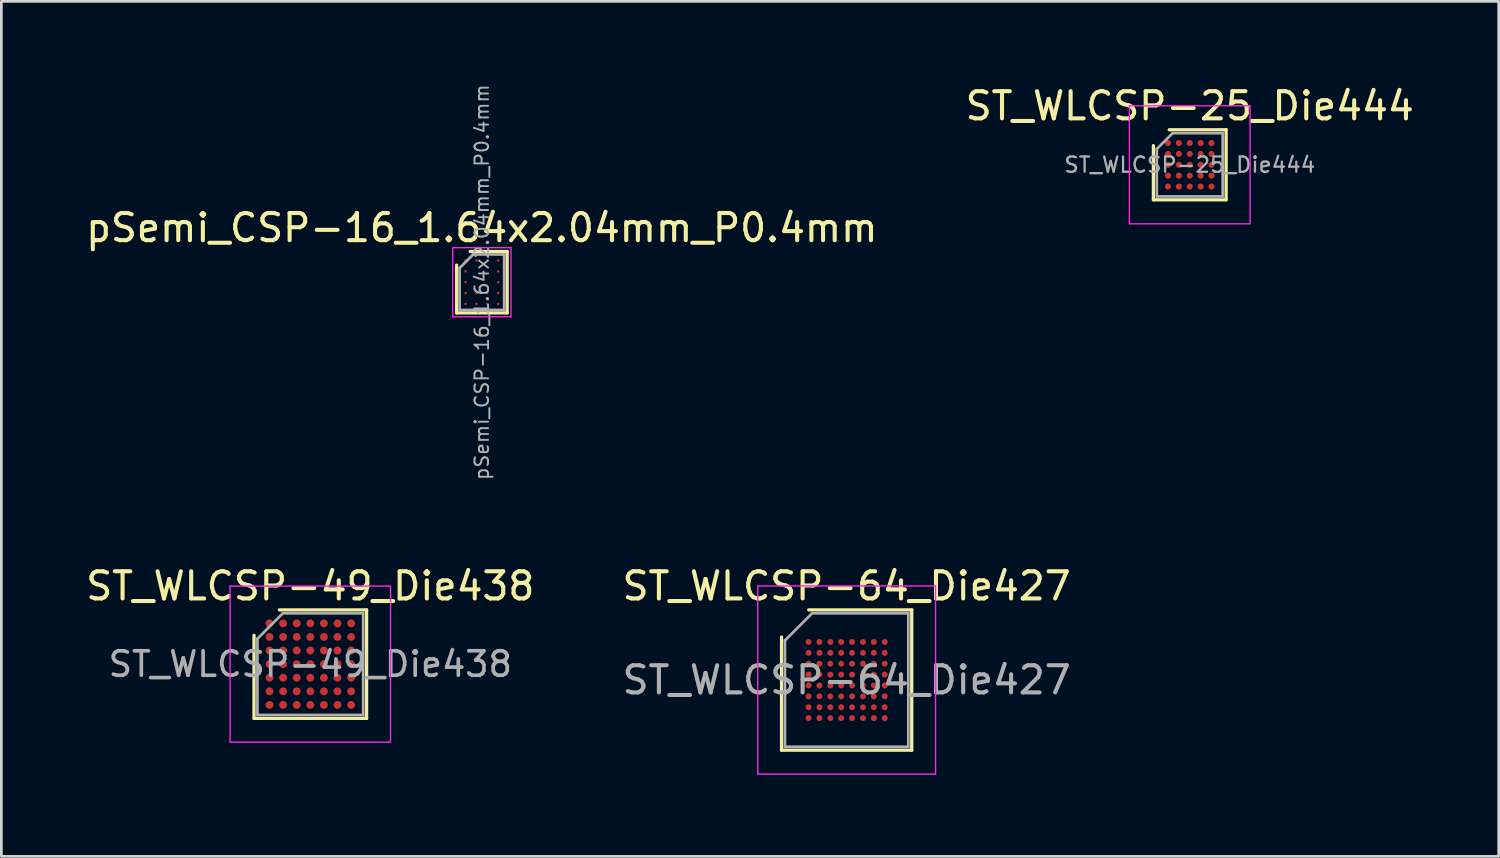
<source format=kicad_pcb>
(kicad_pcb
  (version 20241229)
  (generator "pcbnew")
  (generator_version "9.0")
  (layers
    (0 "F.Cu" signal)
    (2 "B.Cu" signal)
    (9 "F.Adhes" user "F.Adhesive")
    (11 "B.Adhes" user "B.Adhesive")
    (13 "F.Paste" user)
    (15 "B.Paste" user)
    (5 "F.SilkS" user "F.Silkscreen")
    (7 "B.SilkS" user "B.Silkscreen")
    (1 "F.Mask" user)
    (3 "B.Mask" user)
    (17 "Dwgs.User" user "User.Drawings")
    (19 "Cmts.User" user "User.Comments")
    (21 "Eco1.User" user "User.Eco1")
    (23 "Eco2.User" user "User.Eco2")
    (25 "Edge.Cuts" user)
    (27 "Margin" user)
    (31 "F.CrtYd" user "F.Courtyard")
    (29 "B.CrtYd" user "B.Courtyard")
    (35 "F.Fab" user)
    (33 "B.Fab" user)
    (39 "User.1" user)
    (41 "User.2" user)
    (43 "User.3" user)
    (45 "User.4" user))
  (footprint "pSemi_CSP-16_1.64x2.04mm_P0.4mm"
    (layer "F.Cu")
    (at 14.673 7.329)
    (property "Reference" "pSemi_CSP-16_1.64x2.04mm_P0.4mm" (at 0 -2 0) (layer "F.SilkS") (effects (font (size 1 1) (thickness 0.15))))
    (attr smd)
    (fp_line (start -0.93 -0.63) (end -0.93 1.13) (stroke (width 0.12) (type solid)) (layer "F.SilkS"))
    (fp_line (start 0.93 -1.13) (end -0.43 -1.13) (stroke (width 0.12) (type solid)) (layer "F.SilkS"))
    (fp_line (start 0.93 -1.13) (end 0.93 1.13) (stroke (width 0.12) (type solid)) (layer "F.SilkS"))
    (fp_line (start 0.93 1.13) (end -0.93 1.13) (stroke (width 0.12) (type solid)) (layer "F.SilkS"))
    (fp_line (start -1.07 -1.27) (end -1.07 1.27) (stroke (width 0.05) (type solid)) (layer "F.CrtYd"))
    (fp_line (start 1.07 -1.27) (end -1.07 -1.27) (stroke (width 0.05) (type solid)) (layer "F.CrtYd"))
    (fp_line (start 1.07 -1.27) (end 1.07 1.27) (stroke (width 0.05) (type solid)) (layer "F.CrtYd"))
    (fp_line (start 1.07 1.27) (end -1.07 1.27) (stroke (width 0.05) (type solid)) (layer "F.CrtYd"))
    (fp_line (start -0.82 1.02) (end -0.82 -0.52) (stroke (width 0.1) (type solid)) (layer "F.Fab"))
    (fp_line (start -0.32 -1.02) (end -0.82 -0.52) (stroke (width 0.1) (type solid)) (layer "F.Fab"))
    (fp_line (start -0.32 -1.02) (end 0.82 -1.02) (stroke (width 0.1) (type solid)) (layer "F.Fab"))
    (fp_line (start 0.82 -1.02) (end 0.82 1.02) (stroke (width 0.1) (type solid)) (layer "F.Fab"))
    (fp_line (start 0.82 1.02) (end -0.82 1.02) (stroke (width 0.1) (type solid)) (layer "F.Fab"))
    (fp_text user "${REFERENCE}" (at 0 0 90) (layer "F.Fab") (effects (font (size 0.5 0.5) (thickness 0.07))))
    (pad "1" smd circle (at -0.6 -0.8) (size 0.09 0.09) (layers "F.Cu" "F.Mask" "F.Paste"))
    (pad "2" smd circle (at -0.6 -0.4) (size 0.09 0.09) (layers "F.Cu" "F.Mask" "F.Paste"))
    (pad "3" smd circle (at -0.6 0) (size 0.09 0.09) (layers "F.Cu" "F.Mask" "F.Paste"))
    (pad "4" smd circle (at -0.6 0.4) (size 0.09 0.09) (layers "F.Cu" "F.Mask" "F.Paste"))
    (pad "5" smd circle (at -0.6 0.8) (size 0.09 0.09) (layers "F.Cu" "F.Mask" "F.Paste"))
    (pad "6" smd circle (at -0.2 -0.8) (size 0.09 0.09) (layers "F.Cu" "F.Mask" "F.Paste"))
    (pad "7" smd circle (at -0.2 0.4) (size 0.09 0.09) (layers "F.Cu" "F.Mask" "F.Paste"))
    (pad "8" smd circle (at -0.2 0.8) (size 0.09 0.09) (layers "F.Cu" "F.Mask" "F.Paste"))
    (pad "9" smd circle (at 0.2 -0.8) (size 0.09 0.09) (layers "F.Cu" "F.Mask" "F.Paste"))
    (pad "10" smd circle (at 0.2 0.4) (size 0.09 0.09) (layers "F.Cu" "F.Mask" "F.Paste"))
    (pad "11" smd circle (at 0.2 0.8) (size 0.09 0.09) (layers "F.Cu" "F.Mask" "F.Paste"))
    (pad "12" smd circle (at 0.6 -0.8) (size 0.09 0.09) (layers "F.Cu" "F.Mask" "F.Paste"))
    (pad "13" smd circle (at 0.6 -0.4) (size 0.09 0.09) (layers "F.Cu" "F.Mask" "F.Paste"))
    (pad "14" smd circle (at 0.6 0) (size 0.09 0.09) (layers "F.Cu" "F.Mask" "F.Paste"))
    (pad "15" smd circle (at 0.6 0.4) (size 0.09 0.09) (layers "F.Cu" "F.Mask" "F.Paste"))
    (pad "16" smd circle (at 0.6 0.8) (size 0.09 0.09) (layers "F.Cu" "F.Mask" "F.Paste")))
  (footprint "ST_WLCSP-64_Die427"
    (layer "F.Cu")
    (at 28.089 21.961)
    (property "Reference" "ST_WLCSP-64_Die427" (at 0 -3.455 0) (layer "F.SilkS") (effects (font (size 1 1) (thickness 0.15))))
    (attr smd)
    (fp_line (start -2.394 2.58) (end -2.394 -1.581) (stroke (width 0.12) (type solid)) (layer "F.SilkS"))
    (fp_line (start -1.395 -2.58) (end 2.394 -2.58) (stroke (width 0.12) (type solid)) (layer "F.SilkS"))
    (fp_line (start 2.394 -2.58) (end 2.394 2.58) (stroke (width 0.12) (type solid)) (layer "F.SilkS"))
    (fp_line (start 2.394 2.58) (end -2.394 2.58) (stroke (width 0.12) (type solid)) (layer "F.SilkS"))
    (fp_line (start -3.27 -3.46) (end -3.27 3.46) (stroke (width 0.05) (type solid)) (layer "F.CrtYd"))
    (fp_line (start -3.27 3.46) (end 3.27 3.46) (stroke (width 0.05) (type solid)) (layer "F.CrtYd"))
    (fp_line (start 3.27 -3.46) (end -3.27 -3.46) (stroke (width 0.05) (type solid)) (layer "F.CrtYd"))
    (fp_line (start 3.27 3.46) (end 3.27 -3.46) (stroke (width 0.05) (type solid)) (layer "F.CrtYd"))
    (fp_line (start -2.269 -1.456) (end -1.27 -2.455) (stroke (width 0.1) (type solid)) (layer "F.Fab"))
    (fp_line (start -2.269 2.455) (end -2.269 -1.456) (stroke (width 0.1) (type solid)) (layer "F.Fab"))
    (fp_line (start -1.27 -2.455) (end 2.269 -2.455) (stroke (width 0.1) (type solid)) (layer "F.Fab"))
    (fp_line (start 2.269 -2.455) (end 2.269 2.455) (stroke (width 0.1) (type solid)) (layer "F.Fab"))
    (fp_line (start 2.269 2.455) (end -2.269 2.455) (stroke (width 0.1) (type solid)) (layer "F.Fab"))
    (fp_text user "${REFERENCE}" (at 0 0 0) (layer "F.Fab") (effects (font (size 1 1) (thickness 0.15))))
    (pad "A1" smd circle (at -1.4 -1.4) (size 0.22 0.22) (layers "F.Cu" "F.Mask" "F.Paste"))
    (pad "A2" smd circle (at -1 -1.4) (size 0.22 0.22) (layers "F.Cu" "F.Mask" "F.Paste"))
    (pad "A3" smd circle (at -0.6 -1.4) (size 0.22 0.22) (layers "F.Cu" "F.Mask" "F.Paste"))
    (pad "A4" smd circle (at -0.2 -1.4) (size 0.22 0.22) (layers "F.Cu" "F.Mask" "F.Paste"))
    (pad "A5" smd circle (at 0.2 -1.4) (size 0.22 0.22) (layers "F.Cu" "F.Mask" "F.Paste"))
    (pad "A6" smd circle (at 0.6 -1.4) (size 0.22 0.22) (layers "F.Cu" "F.Mask" "F.Paste"))
    (pad "A7" smd circle (at 1 -1.4) (size 0.22 0.22) (layers "F.Cu" "F.Mask" "F.Paste"))
    (pad "A8" smd circle (at 1.4 -1.4) (size 0.22 0.22) (layers "F.Cu" "F.Mask" "F.Paste"))
    (pad "B1" smd circle (at -1.4 -1) (size 0.22 0.22) (layers "F.Cu" "F.Mask" "F.Paste"))
    (pad "B2" smd circle (at -1 -1) (size 0.22 0.22) (layers "F.Cu" "F.Mask" "F.Paste"))
    (pad "B3" smd circle (at -0.6 -1) (size 0.22 0.22) (layers "F.Cu" "F.Mask" "F.Paste"))
    (pad "B4" smd circle (at -0.2 -1) (size 0.22 0.22) (layers "F.Cu" "F.Mask" "F.Paste"))
    (pad "B5" smd circle (at 0.2 -1) (size 0.22 0.22) (layers "F.Cu" "F.Mask" "F.Paste"))
    (pad "B6" smd circle (at 0.6 -1) (size 0.22 0.22) (layers "F.Cu" "F.Mask" "F.Paste"))
    (pad "B7" smd circle (at 1 -1) (size 0.22 0.22) (layers "F.Cu" "F.Mask" "F.Paste"))
    (pad "B8" smd circle (at 1.4 -1) (size 0.22 0.22) (layers "F.Cu" "F.Mask" "F.Paste"))
    (pad "C1" smd circle (at -1.4 -0.6) (size 0.22 0.22) (layers "F.Cu" "F.Mask" "F.Paste"))
    (pad "C2" smd circle (at -1 -0.6) (size 0.22 0.22) (layers "F.Cu" "F.Mask" "F.Paste"))
    (pad "C3" smd circle (at -0.6 -0.6) (size 0.22 0.22) (layers "F.Cu" "F.Mask" "F.Paste"))
    (pad "C4" smd circle (at -0.2 -0.6) (size 0.22 0.22) (layers "F.Cu" "F.Mask" "F.Paste"))
    (pad "C5" smd circle (at 0.2 -0.6) (size 0.22 0.22) (layers "F.Cu" "F.Mask" "F.Paste"))
    (pad "C6" smd circle (at 0.6 -0.6) (size 0.22 0.22) (layers "F.Cu" "F.Mask" "F.Paste"))
    (pad "C7" smd circle (at 1 -0.6) (size 0.22 0.22) (layers "F.Cu" "F.Mask" "F.Paste"))
    (pad "C8" smd circle (at 1.4 -0.6) (size 0.22 0.22) (layers "F.Cu" "F.Mask" "F.Paste"))
    (pad "D1" smd circle (at -1.4 -0.2) (size 0.22 0.22) (layers "F.Cu" "F.Mask" "F.Paste"))
    (pad "D2" smd circle (at -1 -0.2) (size 0.22 0.22) (layers "F.Cu" "F.Mask" "F.Paste"))
    (pad "D3" smd circle (at -0.6 -0.2) (size 0.22 0.22) (layers "F.Cu" "F.Mask" "F.Paste"))
    (pad "D4" smd circle (at -0.2 -0.2) (size 0.22 0.22) (layers "F.Cu" "F.Mask" "F.Paste"))
    (pad "D5" smd circle (at 0.2 -0.2) (size 0.22 0.22) (layers "F.Cu" "F.Mask" "F.Paste"))
    (pad "D6" smd circle (at 0.6 -0.2) (size 0.22 0.22) (layers "F.Cu" "F.Mask" "F.Paste"))
    (pad "D7" smd circle (at 1 -0.2) (size 0.22 0.22) (layers "F.Cu" "F.Mask" "F.Paste"))
    (pad "D8" smd circle (at 1.4 -0.2) (size 0.22 0.22) (layers "F.Cu" "F.Mask" "F.Paste"))
    (pad "E1" smd circle (at -1.4 0.2) (size 0.22 0.22) (layers "F.Cu" "F.Mask" "F.Paste"))
    (pad "E2" smd circle (at -1 0.2) (size 0.22 0.22) (layers "F.Cu" "F.Mask" "F.Paste"))
    (pad "E3" smd circle (at -0.6 0.2) (size 0.22 0.22) (layers "F.Cu" "F.Mask" "F.Paste"))
    (pad "E4" smd circle (at -0.2 0.2) (size 0.22 0.22) (layers "F.Cu" "F.Mask" "F.Paste"))
    (pad "E5" smd circle (at 0.2 0.2) (size 0.22 0.22) (layers "F.Cu" "F.Mask" "F.Paste"))
    (pad "E6" smd circle (at 0.6 0.2) (size 0.22 0.22) (layers "F.Cu" "F.Mask" "F.Paste"))
    (pad "E7" smd circle (at 1 0.2) (size 0.22 0.22) (layers "F.Cu" "F.Mask" "F.Paste"))
    (pad "E8" smd circle (at 1.4 0.2) (size 0.22 0.22) (layers "F.Cu" "F.Mask" "F.Paste"))
    (pad "F1" smd circle (at -1.4 0.6) (size 0.22 0.22) (layers "F.Cu" "F.Mask" "F.Paste"))
    (pad "F2" smd circle (at -1 0.6) (size 0.22 0.22) (layers "F.Cu" "F.Mask" "F.Paste"))
    (pad "F3" smd circle (at -0.6 0.6) (size 0.22 0.22) (layers "F.Cu" "F.Mask" "F.Paste"))
    (pad "F4" smd circle (at -0.2 0.6) (size 0.22 0.22) (layers "F.Cu" "F.Mask" "F.Paste"))
    (pad "F5" smd circle (at 0.2 0.6) (size 0.22 0.22) (layers "F.Cu" "F.Mask" "F.Paste"))
    (pad "F6" smd circle (at 0.6 0.6) (size 0.22 0.22) (layers "F.Cu" "F.Mask" "F.Paste"))
    (pad "F7" smd circle (at 1 0.6) (size 0.22 0.22) (layers "F.Cu" "F.Mask" "F.Paste"))
    (pad "F8" smd circle (at 1.4 0.6) (size 0.22 0.22) (layers "F.Cu" "F.Mask" "F.Paste"))
    (pad "G1" smd circle (at -1.4 1) (size 0.22 0.22) (layers "F.Cu" "F.Mask" "F.Paste"))
    (pad "G2" smd circle (at -1 1) (size 0.22 0.22) (layers "F.Cu" "F.Mask" "F.Paste"))
    (pad "G3" smd circle (at -0.6 1) (size 0.22 0.22) (layers "F.Cu" "F.Mask" "F.Paste"))
    (pad "G4" smd circle (at -0.2 1) (size 0.22 0.22) (layers "F.Cu" "F.Mask" "F.Paste"))
    (pad "G5" smd circle (at 0.2 1) (size 0.22 0.22) (layers "F.Cu" "F.Mask" "F.Paste"))
    (pad "G6" smd circle (at 0.6 1) (size 0.22 0.22) (layers "F.Cu" "F.Mask" "F.Paste"))
    (pad "G7" smd circle (at 1 1) (size 0.22 0.22) (layers "F.Cu" "F.Mask" "F.Paste"))
    (pad "G8" smd circle (at 1.4 1) (size 0.22 0.22) (layers "F.Cu" "F.Mask" "F.Paste"))
    (pad "H1" smd circle (at -1.4 1.4) (size 0.22 0.22) (layers "F.Cu" "F.Mask" "F.Paste"))
    (pad "H2" smd circle (at -1 1.4) (size 0.22 0.22) (layers "F.Cu" "F.Mask" "F.Paste"))
    (pad "H3" smd circle (at -0.6 1.4) (size 0.22 0.22) (layers "F.Cu" "F.Mask" "F.Paste"))
    (pad "H4" smd circle (at -0.2 1.4) (size 0.22 0.22) (layers "F.Cu" "F.Mask" "F.Paste"))
    (pad "H5" smd circle (at 0.2 1.4) (size 0.22 0.22) (layers "F.Cu" "F.Mask" "F.Paste"))
    (pad "H6" smd circle (at 0.6 1.4) (size 0.22 0.22) (layers "F.Cu" "F.Mask" "F.Paste"))
    (pad "H7" smd circle (at 1 1.4) (size 0.22 0.22) (layers "F.Cu" "F.Mask" "F.Paste"))
    (pad "H8" smd circle (at 1.4 1.4) (size 0.22 0.22) (layers "F.Cu" "F.Mask" "F.Paste")))
  (footprint "ST_WLCSP-49_Die438"
    (layer "F.Cu")
    (at 8.363 21.376)
    (property "Reference" "ST_WLCSP-49_Die438" (at 0 -2.87 0) (layer "F.SilkS") (effects (font (size 1 1) (thickness 0.15))))
    (attr smd)
    (fp_line (start -2.07 1.995) (end -2.07 -1.06) (stroke (width 0.12) (type solid)) (layer "F.SilkS"))
    (fp_line (start -1.135 -1.995) (end 2.07 -1.995) (stroke (width 0.12) (type solid)) (layer "F.SilkS"))
    (fp_line (start 2.07 -1.995) (end 2.07 1.995) (stroke (width 0.12) (type solid)) (layer "F.SilkS"))
    (fp_line (start 2.07 1.995) (end -2.07 1.995) (stroke (width 0.12) (type solid)) (layer "F.SilkS"))
    (fp_line (start -2.95 -2.87) (end -2.95 2.87) (stroke (width 0.05) (type solid)) (layer "F.CrtYd"))
    (fp_line (start -2.95 2.87) (end 2.95 2.87) (stroke (width 0.05) (type solid)) (layer "F.CrtYd"))
    (fp_line (start 2.95 -2.87) (end -2.95 -2.87) (stroke (width 0.05) (type solid)) (layer "F.CrtYd"))
    (fp_line (start 2.95 2.87) (end 2.95 -2.87) (stroke (width 0.05) (type solid)) (layer "F.CrtYd"))
    (fp_line (start -1.945 -0.935) (end -1.01 -1.87) (stroke (width 0.1) (type solid)) (layer "F.Fab"))
    (fp_line (start -1.945 1.87) (end -1.945 -0.935) (stroke (width 0.1) (type solid)) (layer "F.Fab"))
    (fp_line (start -1.01 -1.87) (end 1.945 -1.87) (stroke (width 0.1) (type solid)) (layer "F.Fab"))
    (fp_line (start 1.945 -1.87) (end 1.945 1.87) (stroke (width 0.1) (type solid)) (layer "F.Fab"))
    (fp_line (start 1.945 1.87) (end -1.945 1.87) (stroke (width 0.1) (type solid)) (layer "F.Fab"))
    (fp_text user "${REFERENCE}" (at 0 0 0) (layer "F.Fab") (effects (font (size 0.9 0.9) (thickness 0.135))))
    (pad "A1" smd circle (at -1.5 -1.5) (size 0.29 0.29) (layers "F.Cu" "F.Mask" "F.Paste"))
    (pad "A2" smd circle (at -1 -1.5) (size 0.29 0.29) (layers "F.Cu" "F.Mask" "F.Paste"))
    (pad "A3" smd circle (at -0.5 -1.5) (size 0.29 0.29) (layers "F.Cu" "F.Mask" "F.Paste"))
    (pad "A4" smd circle (at 0 -1.5) (size 0.29 0.29) (layers "F.Cu" "F.Mask" "F.Paste"))
    (pad "A5" smd circle (at 0.5 -1.5) (size 0.29 0.29) (layers "F.Cu" "F.Mask" "F.Paste"))
    (pad "A6" smd circle (at 1 -1.5) (size 0.29 0.29) (layers "F.Cu" "F.Mask" "F.Paste"))
    (pad "A7" smd circle (at 1.5 -1.5) (size 0.29 0.29) (layers "F.Cu" "F.Mask" "F.Paste"))
    (pad "B1" smd circle (at -1.5 -1) (size 0.29 0.29) (layers "F.Cu" "F.Mask" "F.Paste"))
    (pad "B2" smd circle (at -1 -1) (size 0.29 0.29) (layers "F.Cu" "F.Mask" "F.Paste"))
    (pad "B3" smd circle (at -0.5 -1) (size 0.29 0.29) (layers "F.Cu" "F.Mask" "F.Paste"))
    (pad "B4" smd circle (at 0 -1) (size 0.29 0.29) (layers "F.Cu" "F.Mask" "F.Paste"))
    (pad "B5" smd circle (at 0.5 -1) (size 0.29 0.29) (layers "F.Cu" "F.Mask" "F.Paste"))
    (pad "B6" smd circle (at 1 -1) (size 0.29 0.29) (layers "F.Cu" "F.Mask" "F.Paste"))
    (pad "B7" smd circle (at 1.5 -1) (size 0.29 0.29) (layers "F.Cu" "F.Mask" "F.Paste"))
    (pad "C1" smd circle (at -1.5 -0.5) (size 0.29 0.29) (layers "F.Cu" "F.Mask" "F.Paste"))
    (pad "C2" smd circle (at -1 -0.5) (size 0.29 0.29) (layers "F.Cu" "F.Mask" "F.Paste"))
    (pad "C3" smd circle (at -0.5 -0.5) (size 0.29 0.29) (layers "F.Cu" "F.Mask" "F.Paste"))
    (pad "C4" smd circle (at 0 -0.5) (size 0.29 0.29) (layers "F.Cu" "F.Mask" "F.Paste"))
    (pad "C5" smd circle (at 0.5 -0.5) (size 0.29 0.29) (layers "F.Cu" "F.Mask" "F.Paste"))
    (pad "C6" smd circle (at 1 -0.5) (size 0.29 0.29) (layers "F.Cu" "F.Mask" "F.Paste"))
    (pad "C7" smd circle (at 1.5 -0.5) (size 0.29 0.29) (layers "F.Cu" "F.Mask" "F.Paste"))
    (pad "D1" smd circle (at -1.5 0) (size 0.29 0.29) (layers "F.Cu" "F.Mask" "F.Paste"))
    (pad "D2" smd circle (at -1 0) (size 0.29 0.29) (layers "F.Cu" "F.Mask" "F.Paste"))
    (pad "D3" smd circle (at -0.5 0) (size 0.29 0.29) (layers "F.Cu" "F.Mask" "F.Paste"))
    (pad "D4" smd circle (at 0 0) (size 0.29 0.29) (layers "F.Cu" "F.Mask" "F.Paste"))
    (pad "D5" smd circle (at 0.5 0) (size 0.29 0.29) (layers "F.Cu" "F.Mask" "F.Paste"))
    (pad "D6" smd circle (at 1 0) (size 0.29 0.29) (layers "F.Cu" "F.Mask" "F.Paste"))
    (pad "D7" smd circle (at 1.5 0) (size 0.29 0.29) (layers "F.Cu" "F.Mask" "F.Paste"))
    (pad "E1" smd circle (at -1.5 0.5) (size 0.29 0.29) (layers "F.Cu" "F.Mask" "F.Paste"))
    (pad "E2" smd circle (at -1 0.5) (size 0.29 0.29) (layers "F.Cu" "F.Mask" "F.Paste"))
    (pad "E3" smd circle (at -0.5 0.5) (size 0.29 0.29) (layers "F.Cu" "F.Mask" "F.Paste"))
    (pad "E4" smd circle (at 0 0.5) (size 0.29 0.29) (layers "F.Cu" "F.Mask" "F.Paste"))
    (pad "E5" smd circle (at 0.5 0.5) (size 0.29 0.29) (layers "F.Cu" "F.Mask" "F.Paste"))
    (pad "E6" smd circle (at 1 0.5) (size 0.29 0.29) (layers "F.Cu" "F.Mask" "F.Paste"))
    (pad "E7" smd circle (at 1.5 0.5) (size 0.29 0.29) (layers "F.Cu" "F.Mask" "F.Paste"))
    (pad "F1" smd circle (at -1.5 1) (size 0.29 0.29) (layers "F.Cu" "F.Mask" "F.Paste"))
    (pad "F2" smd circle (at -1 1) (size 0.29 0.29) (layers "F.Cu" "F.Mask" "F.Paste"))
    (pad "F3" smd circle (at -0.5 1) (size 0.29 0.29) (layers "F.Cu" "F.Mask" "F.Paste"))
    (pad "F4" smd circle (at 0 1) (size 0.29 0.29) (layers "F.Cu" "F.Mask" "F.Paste"))
    (pad "F5" smd circle (at 0.5 1) (size 0.29 0.29) (layers "F.Cu" "F.Mask" "F.Paste"))
    (pad "F6" smd circle (at 1 1) (size 0.29 0.29) (layers "F.Cu" "F.Mask" "F.Paste"))
    (pad "F7" smd circle (at 1.5 1) (size 0.29 0.29) (layers "F.Cu" "F.Mask" "F.Paste"))
    (pad "G1" smd circle (at -1.5 1.5) (size 0.29 0.29) (layers "F.Cu" "F.Mask" "F.Paste"))
    (pad "G2" smd circle (at -1 1.5) (size 0.29 0.29) (layers "F.Cu" "F.Mask" "F.Paste"))
    (pad "G3" smd circle (at -0.5 1.5) (size 0.29 0.29) (layers "F.Cu" "F.Mask" "F.Paste"))
    (pad "G4" smd circle (at 0 1.5) (size 0.29 0.29) (layers "F.Cu" "F.Mask" "F.Paste"))
    (pad "G5" smd circle (at 0.5 1.5) (size 0.29 0.29) (layers "F.Cu" "F.Mask" "F.Paste"))
    (pad "G6" smd circle (at 1 1.5) (size 0.29 0.29) (layers "F.Cu" "F.Mask" "F.Paste"))
    (pad "G7" smd circle (at 1.5 1.5) (size 0.29 0.29) (layers "F.Cu" "F.Mask" "F.Paste")))
  (footprint "ST_WLCSP-25_Die444"
    (layer "F.Cu")
    (at 40.708 3.011)
    (property "Reference" "ST_WLCSP-25_Die444" (at 0 -2.163 0) (layer "F.SilkS") (effects (font (size 1 1) (thickness 0.15))))
    (attr smd)
    (fp_line (start -1.337 1.288) (end -1.337 -0.706) (stroke (width 0.12) (type solid)) (layer "F.SilkS"))
    (fp_line (start -0.755 -1.288) (end 1.337 -1.288) (stroke (width 0.12) (type solid)) (layer "F.SilkS"))
    (fp_line (start 1.337 -1.288) (end 1.337 1.288) (stroke (width 0.12) (type solid)) (layer "F.SilkS"))
    (fp_line (start 1.337 1.288) (end -1.337 1.288) (stroke (width 0.12) (type solid)) (layer "F.SilkS"))
    (fp_line (start -2.22 -2.17) (end -2.22 2.17) (stroke (width 0.05) (type solid)) (layer "F.CrtYd"))
    (fp_line (start -2.22 2.17) (end 2.22 2.17) (stroke (width 0.05) (type solid)) (layer "F.CrtYd"))
    (fp_line (start 2.22 -2.17) (end -2.22 -2.17) (stroke (width 0.05) (type solid)) (layer "F.CrtYd"))
    (fp_line (start 2.22 2.17) (end 2.22 -2.17) (stroke (width 0.05) (type solid)) (layer "F.CrtYd"))
    (fp_line (start -1.212 -0.581) (end -0.63 -1.163) (stroke (width 0.1) (type solid)) (layer "F.Fab"))
    (fp_line (start -1.212 1.163) (end -1.212 -0.581) (stroke (width 0.1) (type solid)) (layer "F.Fab"))
    (fp_line (start -0.63 -1.163) (end 1.212 -1.163) (stroke (width 0.1) (type solid)) (layer "F.Fab"))
    (fp_line (start 1.212 -1.163) (end 1.212 1.163) (stroke (width 0.1) (type solid)) (layer "F.Fab"))
    (fp_line (start 1.212 1.163) (end -1.212 1.163) (stroke (width 0.1) (type solid)) (layer "F.Fab"))
    (fp_text user "${REFERENCE}" (at 0 0 0) (layer "F.Fab") (effects (font (size 0.56 0.56) (thickness 0.084))))
    (pad "A1" smd circle (at -0.8 -0.8) (size 0.225 0.225) (layers "F.Cu" "F.Mask" "F.Paste"))
    (pad "A2" smd circle (at -0.4 -0.8) (size 0.225 0.225) (layers "F.Cu" "F.Mask" "F.Paste"))
    (pad "A3" smd circle (at 0 -0.8) (size 0.225 0.225) (layers "F.Cu" "F.Mask" "F.Paste"))
    (pad "A4" smd circle (at 0.4 -0.8) (size 0.225 0.225) (layers "F.Cu" "F.Mask" "F.Paste"))
    (pad "A5" smd circle (at 0.8 -0.8) (size 0.225 0.225) (layers "F.Cu" "F.Mask" "F.Paste"))
    (pad "B1" smd circle (at -0.8 -0.4) (size 0.225 0.225) (layers "F.Cu" "F.Mask" "F.Paste"))
    (pad "B2" smd circle (at -0.4 -0.4) (size 0.225 0.225) (layers "F.Cu" "F.Mask" "F.Paste"))
    (pad "B3" smd circle (at 0 -0.4) (size 0.225 0.225) (layers "F.Cu" "F.Mask" "F.Paste"))
    (pad "B4" smd circle (at 0.4 -0.4) (size 0.225 0.225) (layers "F.Cu" "F.Mask" "F.Paste"))
    (pad "B5" smd circle (at 0.8 -0.4) (size 0.225 0.225) (layers "F.Cu" "F.Mask" "F.Paste"))
    (pad "C1" smd circle (at -0.8 0) (size 0.225 0.225) (layers "F.Cu" "F.Mask" "F.Paste"))
    (pad "C2" smd circle (at -0.4 0) (size 0.225 0.225) (layers "F.Cu" "F.Mask" "F.Paste"))
    (pad "C3" smd circle (at 0 0) (size 0.225 0.225) (layers "F.Cu" "F.Mask" "F.Paste"))
    (pad "C4" smd circle (at 0.4 0) (size 0.225 0.225) (layers "F.Cu" "F.Mask" "F.Paste"))
    (pad "C5" smd circle (at 0.8 0) (size 0.225 0.225) (layers "F.Cu" "F.Mask" "F.Paste"))
    (pad "D1" smd circle (at -0.8 0.4) (size 0.225 0.225) (layers "F.Cu" "F.Mask" "F.Paste"))
    (pad "D2" smd circle (at -0.4 0.4) (size 0.225 0.225) (layers "F.Cu" "F.Mask" "F.Paste"))
    (pad "D3" smd circle (at 0 0.4) (size 0.225 0.225) (layers "F.Cu" "F.Mask" "F.Paste"))
    (pad "D4" smd circle (at 0.4 0.4) (size 0.225 0.225) (layers "F.Cu" "F.Mask" "F.Paste"))
    (pad "D5" smd circle (at 0.8 0.4) (size 0.225 0.225) (layers "F.Cu" "F.Mask" "F.Paste"))
    (pad "E1" smd circle (at -0.8 0.8) (size 0.225 0.225) (layers "F.Cu" "F.Mask" "F.Paste"))
    (pad "E2" smd circle (at -0.4 0.8) (size 0.225 0.225) (layers "F.Cu" "F.Mask" "F.Paste"))
    (pad "E3" smd circle (at 0 0.8) (size 0.225 0.225) (layers "F.Cu" "F.Mask" "F.Paste"))
    (pad "E4" smd circle (at 0.4 0.8) (size 0.225 0.225) (layers "F.Cu" "F.Mask" "F.Paste"))
    (pad "E5" smd circle (at 0.8 0.8) (size 0.225 0.225) (layers "F.Cu" "F.Mask" "F.Paste")))
  (gr_rect
    (start -3 -3)
    (end 52.071 28.446)
    (stroke (width 0.1) (type default))
    (fill no)
    (layer "Edge.Cuts")))
</source>
